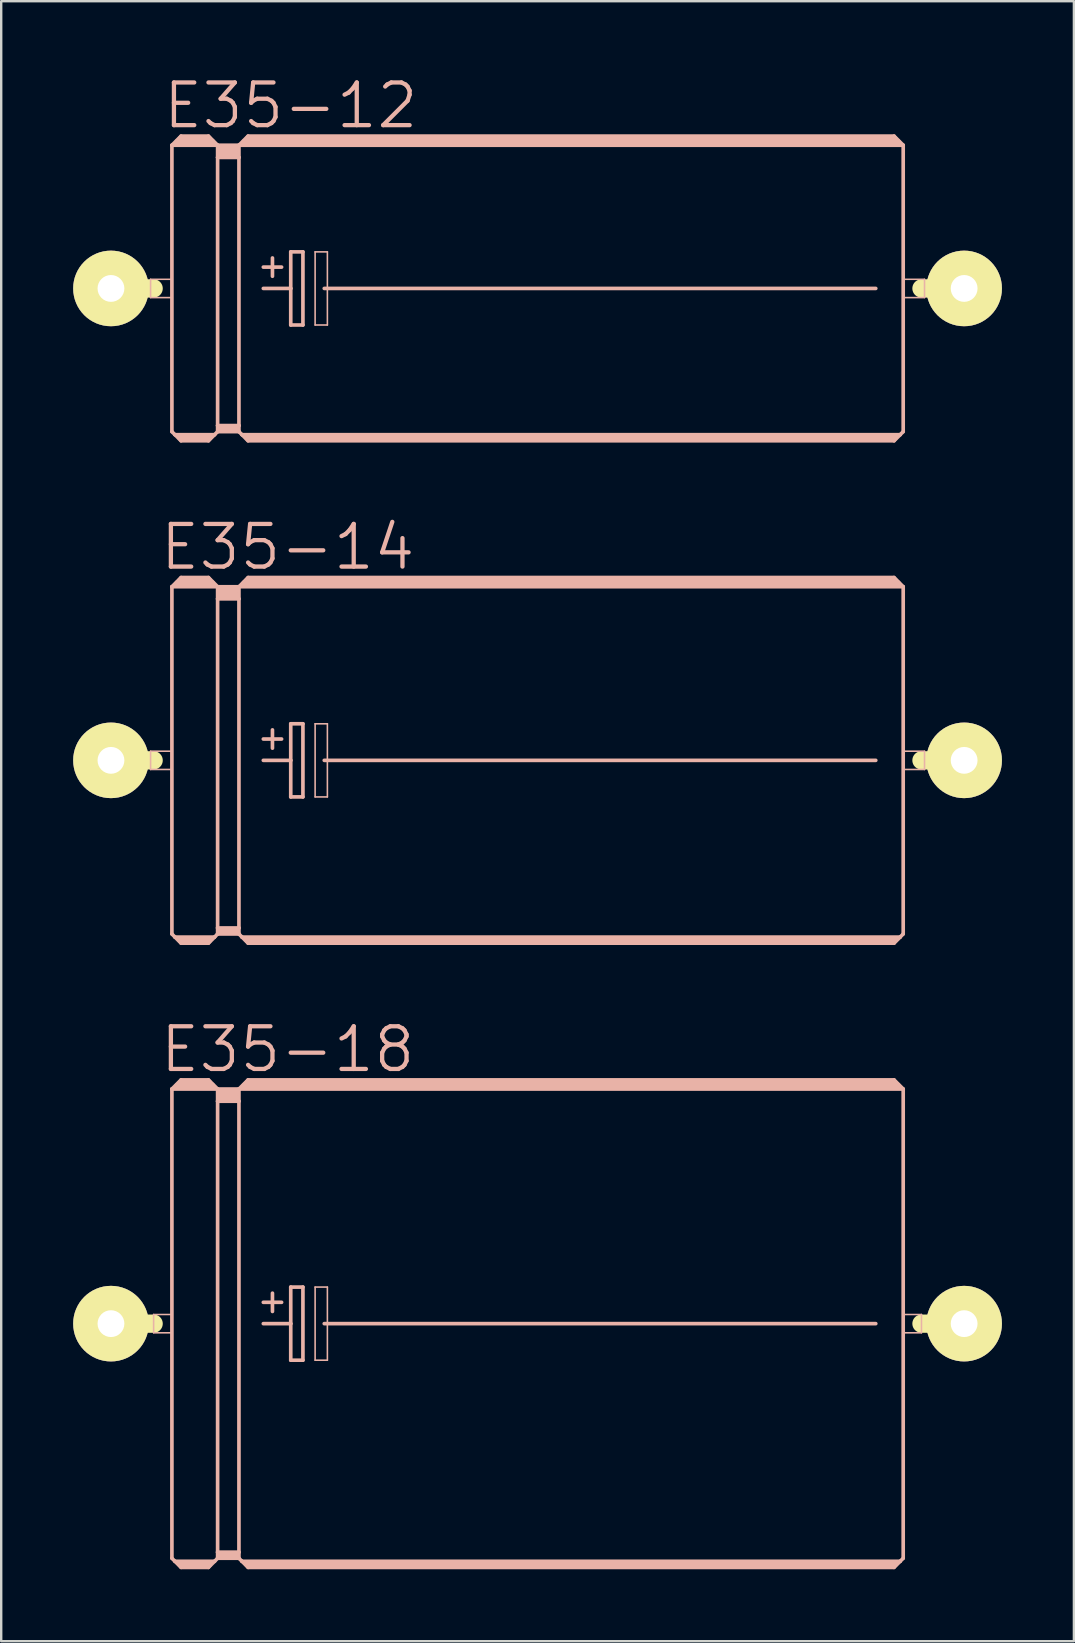
<source format=kicad_pcb>
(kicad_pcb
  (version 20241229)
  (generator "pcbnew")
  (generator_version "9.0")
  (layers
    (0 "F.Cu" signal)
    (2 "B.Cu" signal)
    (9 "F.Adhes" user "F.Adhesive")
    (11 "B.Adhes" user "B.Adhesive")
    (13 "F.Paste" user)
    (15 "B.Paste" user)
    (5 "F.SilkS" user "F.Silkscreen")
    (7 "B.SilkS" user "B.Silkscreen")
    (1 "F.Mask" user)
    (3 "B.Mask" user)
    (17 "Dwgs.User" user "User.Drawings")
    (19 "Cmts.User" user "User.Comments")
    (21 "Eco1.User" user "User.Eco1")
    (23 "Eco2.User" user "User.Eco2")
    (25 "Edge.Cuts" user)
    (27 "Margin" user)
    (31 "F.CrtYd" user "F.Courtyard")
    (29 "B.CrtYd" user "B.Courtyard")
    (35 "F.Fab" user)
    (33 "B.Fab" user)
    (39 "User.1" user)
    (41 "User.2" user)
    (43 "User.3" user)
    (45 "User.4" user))
  (footprint "E35-14"
    (layer "F.Cu")
    (at 19.355 28.641)
    (property "Reference" "E35-14" (at -10.414 -8.89 0) (layer "B.SilkS") (effects (font (size 1.778 1.778) (thickness 0.178))))
    (attr exclude_from_pos_files exclude_from_bom)
    (fp_line (start -17.78 0) (end -16.002 0) (stroke (width 0.762) (type solid)) (layer "F.SilkS"))
    (fp_line (start 17.78 0) (end 16.002 0) (stroke (width 0.762) (type solid)) (layer "F.SilkS"))
    (fp_line (start -16.129 -0.381) (end -15.24 -0.381) (stroke (width 0.066) (type solid)) (layer "B.SilkS"))
    (fp_line (start -16.129 0.381) (end -16.129 -0.381) (stroke (width 0.066) (type solid)) (layer "B.SilkS"))
    (fp_line (start -16.129 0.381) (end -15.24 0.381) (stroke (width 0.066) (type solid)) (layer "B.SilkS"))
    (fp_line (start -15.24 -7.236) (end -15.24 7.236) (stroke (width 0.152) (type solid)) (layer "B.SilkS"))
    (fp_line (start -15.24 -7.236) (end -14.859 -7.62) (stroke (width 0.152) (type solid)) (layer "B.SilkS"))
    (fp_line (start -15.24 -7.236) (end -13.335 -7.236) (stroke (width 0.152) (type solid)) (layer "B.SilkS"))
    (fp_line (start -15.24 0.381) (end -15.24 -0.381) (stroke (width 0.066) (type solid)) (layer "B.SilkS"))
    (fp_line (start -15.24 7.236) (end -15.113 7.366) (stroke (width 0.152) (type solid)) (layer "B.SilkS"))
    (fp_line (start -15.113 7.366) (end -14.859 7.62) (stroke (width 0.152) (type solid)) (layer "B.SilkS"))
    (fp_line (start -15.113 7.366) (end -13.462 7.366) (stroke (width 0.152) (type solid)) (layer "B.SilkS"))
    (fp_line (start -14.986 -7.366) (end -13.589 -7.366) (stroke (width 0.305) (type solid)) (layer "B.SilkS"))
    (fp_line (start -14.859 -7.62) (end -13.716 -7.62) (stroke (width 0.152) (type solid)) (layer "B.SilkS"))
    (fp_line (start -14.859 -7.493) (end -13.716 -7.493) (stroke (width 0.305) (type solid)) (layer "B.SilkS"))
    (fp_line (start -14.859 7.493) (end -13.716 7.493) (stroke (width 0.305) (type solid)) (layer "B.SilkS"))
    (fp_line (start -14.859 7.62) (end -13.716 7.62) (stroke (width 0.152) (type solid)) (layer "B.SilkS"))
    (fp_line (start -13.462 7.366) (end -13.716 7.62) (stroke (width 0.152) (type solid)) (layer "B.SilkS"))
    (fp_line (start -13.335 -7.236) (end -13.716 -7.62) (stroke (width 0.152) (type solid)) (layer "B.SilkS"))
    (fp_line (start -13.335 -7.236) (end -13.335 -6.731) (stroke (width 0.152) (type solid)) (layer "B.SilkS"))
    (fp_line (start -13.335 -7.236) (end -12.446 -7.236) (stroke (width 0.152) (type solid)) (layer "B.SilkS"))
    (fp_line (start -13.335 -6.731) (end -13.335 6.985) (stroke (width 0.152) (type solid)) (layer "B.SilkS"))
    (fp_line (start -13.335 -6.731) (end -12.446 -6.731) (stroke (width 0.152) (type solid)) (layer "B.SilkS"))
    (fp_line (start -13.335 6.985) (end -13.335 7.236) (stroke (width 0.152) (type solid)) (layer "B.SilkS"))
    (fp_line (start -13.335 6.985) (end -12.446 6.985) (stroke (width 0.152) (type solid)) (layer "B.SilkS"))
    (fp_line (start -13.335 7.236) (end -13.462 7.366) (stroke (width 0.152) (type solid)) (layer "B.SilkS"))
    (fp_line (start -13.335 7.236) (end -12.446 7.236) (stroke (width 0.152) (type solid)) (layer "B.SilkS"))
    (fp_line (start -13.208 -7.112) (end -12.573 -7.112) (stroke (width 0.305) (type solid)) (layer "B.SilkS"))
    (fp_line (start -13.208 -6.858) (end -12.573 -6.858) (stroke (width 0.305) (type solid)) (layer "B.SilkS"))
    (fp_line (start -13.208 7.112) (end -12.573 7.112) (stroke (width 0.305) (type solid)) (layer "B.SilkS"))
    (fp_line (start -12.446 -7.236) (end -12.446 -6.731) (stroke (width 0.152) (type solid)) (layer "B.SilkS"))
    (fp_line (start -12.446 -7.236) (end -12.065 -7.62) (stroke (width 0.152) (type solid)) (layer "B.SilkS"))
    (fp_line (start -12.446 -7.236) (end 15.24 -7.236) (stroke (width 0.152) (type solid)) (layer "B.SilkS"))
    (fp_line (start -12.446 -6.731) (end -12.446 6.985) (stroke (width 0.152) (type solid)) (layer "B.SilkS"))
    (fp_line (start -12.446 6.985) (end -12.446 7.236) (stroke (width 0.152) (type solid)) (layer "B.SilkS"))
    (fp_line (start -12.319 7.366) (end -12.446 7.236) (stroke (width 0.152) (type solid)) (layer "B.SilkS"))
    (fp_line (start -12.319 7.366) (end 15.113 7.366) (stroke (width 0.152) (type solid)) (layer "B.SilkS"))
    (fp_line (start -12.192 -7.366) (end 14.986 -7.366) (stroke (width 0.305) (type solid)) (layer "B.SilkS"))
    (fp_line (start -12.065 -7.493) (end 14.859 -7.493) (stroke (width 0.305) (type solid)) (layer "B.SilkS"))
    (fp_line (start -12.065 7.493) (end 14.859 7.493) (stroke (width 0.305) (type solid)) (layer "B.SilkS"))
    (fp_line (start -12.065 7.62) (end -12.319 7.366) (stroke (width 0.152) (type solid)) (layer "B.SilkS"))
    (fp_line (start -11.43 -0.889) (end -10.668 -0.889) (stroke (width 0.152) (type solid)) (layer "B.SilkS"))
    (fp_line (start -11.43 0) (end -10.287 0) (stroke (width 0.152) (type solid)) (layer "B.SilkS"))
    (fp_line (start -11.049 -1.27) (end -11.049 -0.508) (stroke (width 0.152) (type solid)) (layer "B.SilkS"))
    (fp_line (start -10.287 -1.524) (end -10.287 0) (stroke (width 0.152) (type solid)) (layer "B.SilkS"))
    (fp_line (start -10.287 0) (end -10.287 1.524) (stroke (width 0.152) (type solid)) (layer "B.SilkS"))
    (fp_line (start -10.287 1.524) (end -9.779 1.524) (stroke (width 0.152) (type solid)) (layer "B.SilkS"))
    (fp_line (start -9.779 -1.524) (end -10.287 -1.524) (stroke (width 0.152) (type solid)) (layer "B.SilkS"))
    (fp_line (start -9.779 1.524) (end -9.779 -1.524) (stroke (width 0.152) (type solid)) (layer "B.SilkS"))
    (fp_line (start -9.271 -1.524) (end -8.76 -1.524) (stroke (width 0.066) (type solid)) (layer "B.SilkS"))
    (fp_line (start -9.271 1.524) (end -9.271 -1.524) (stroke (width 0.066) (type solid)) (layer "B.SilkS"))
    (fp_line (start -9.271 1.524) (end -8.76 1.524) (stroke (width 0.066) (type solid)) (layer "B.SilkS"))
    (fp_line (start -8.89 0) (end 14.097 0) (stroke (width 0.152) (type solid)) (layer "B.SilkS"))
    (fp_line (start -8.76 1.524) (end -8.76 -1.524) (stroke (width 0.066) (type solid)) (layer "B.SilkS"))
    (fp_line (start 14.859 -7.62) (end -12.065 -7.62) (stroke (width 0.152) (type solid)) (layer "B.SilkS"))
    (fp_line (start 14.859 7.62) (end -12.065 7.62) (stroke (width 0.152) (type solid)) (layer "B.SilkS"))
    (fp_line (start 15.113 7.366) (end 14.859 7.62) (stroke (width 0.152) (type solid)) (layer "B.SilkS"))
    (fp_line (start 15.24 -7.236) (end 14.859 -7.62) (stroke (width 0.152) (type solid)) (layer "B.SilkS"))
    (fp_line (start 15.24 -7.236) (end 15.24 7.236) (stroke (width 0.152) (type solid)) (layer "B.SilkS"))
    (fp_line (start 15.24 -0.381) (end 16.129 -0.381) (stroke (width 0.066) (type solid)) (layer "B.SilkS"))
    (fp_line (start 15.24 0.381) (end 15.24 -0.381) (stroke (width 0.066) (type solid)) (layer "B.SilkS"))
    (fp_line (start 15.24 0.381) (end 16.129 0.381) (stroke (width 0.066) (type solid)) (layer "B.SilkS"))
    (fp_line (start 15.24 7.236) (end 15.113 7.366) (stroke (width 0.152) (type solid)) (layer "B.SilkS"))
    (fp_line (start 16.129 0.381) (end 16.129 -0.381) (stroke (width 0.066) (type solid)) (layer "B.SilkS"))
    (pad "+" thru_hole circle (at -17.78 0) (size 3.15 3.15) (drill 1.118) (layers "*.Cu" "F.Mask" "F.SilkS" "F.Paste"))
    (pad "-" thru_hole circle (at 17.78 0) (size 3.15 3.15) (drill 1.118) (layers "*.Cu" "F.Mask" "F.SilkS" "F.Paste")))
  (footprint "E35-18"
    (layer "F.Cu")
    (at 19.355 52.119)
    (property "Reference" "E35-18" (at -10.414 -11.43 0) (layer "B.SilkS") (effects (font (size 1.778 1.778) (thickness 0.178))))
    (attr exclude_from_pos_files exclude_from_bom)
    (fp_line (start -17.78 0) (end -16.002 0) (stroke (width 0.762) (type solid)) (layer "F.SilkS"))
    (fp_line (start 17.78 0) (end 16.002 0) (stroke (width 0.762) (type solid)) (layer "F.SilkS"))
    (fp_line (start -16.002 -0.381) (end -15.24 -0.381) (stroke (width 0.066) (type solid)) (layer "B.SilkS"))
    (fp_line (start -16.002 0.381) (end -16.002 -0.381) (stroke (width 0.066) (type solid)) (layer "B.SilkS"))
    (fp_line (start -16.002 0.381) (end -15.24 0.381) (stroke (width 0.066) (type solid)) (layer "B.SilkS"))
    (fp_line (start -15.24 -9.779) (end -15.24 9.779) (stroke (width 0.152) (type solid)) (layer "B.SilkS"))
    (fp_line (start -15.24 -9.779) (end -14.859 -10.16) (stroke (width 0.152) (type solid)) (layer "B.SilkS"))
    (fp_line (start -15.24 -9.779) (end -13.335 -9.779) (stroke (width 0.152) (type solid)) (layer "B.SilkS"))
    (fp_line (start -15.24 0.381) (end -15.24 -0.381) (stroke (width 0.066) (type solid)) (layer "B.SilkS"))
    (fp_line (start -15.24 9.779) (end -15.113 9.906) (stroke (width 0.152) (type solid)) (layer "B.SilkS"))
    (fp_line (start -15.113 9.906) (end -14.859 10.16) (stroke (width 0.152) (type solid)) (layer "B.SilkS"))
    (fp_line (start -15.113 9.906) (end -13.462 9.906) (stroke (width 0.152) (type solid)) (layer "B.SilkS"))
    (fp_line (start -14.986 -9.906) (end -13.589 -9.906) (stroke (width 0.305) (type solid)) (layer "B.SilkS"))
    (fp_line (start -14.859 -10.16) (end -13.716 -10.16) (stroke (width 0.152) (type solid)) (layer "B.SilkS"))
    (fp_line (start -14.859 -10.033) (end -13.716 -10.033) (stroke (width 0.305) (type solid)) (layer "B.SilkS"))
    (fp_line (start -14.859 10.033) (end -13.716 10.033) (stroke (width 0.305) (type solid)) (layer "B.SilkS"))
    (fp_line (start -14.859 10.16) (end -13.716 10.16) (stroke (width 0.152) (type solid)) (layer "B.SilkS"))
    (fp_line (start -13.462 9.906) (end -13.716 10.16) (stroke (width 0.152) (type solid)) (layer "B.SilkS"))
    (fp_line (start -13.335 -9.779) (end -13.716 -10.16) (stroke (width 0.152) (type solid)) (layer "B.SilkS"))
    (fp_line (start -13.335 -9.779) (end -13.335 -9.271) (stroke (width 0.152) (type solid)) (layer "B.SilkS"))
    (fp_line (start -13.335 -9.779) (end -12.446 -9.779) (stroke (width 0.152) (type solid)) (layer "B.SilkS"))
    (fp_line (start -13.335 -9.271) (end -13.335 9.525) (stroke (width 0.152) (type solid)) (layer "B.SilkS"))
    (fp_line (start -13.335 -9.271) (end -12.446 -9.271) (stroke (width 0.152) (type solid)) (layer "B.SilkS"))
    (fp_line (start -13.335 9.525) (end -13.335 9.779) (stroke (width 0.152) (type solid)) (layer "B.SilkS"))
    (fp_line (start -13.335 9.525) (end -12.446 9.525) (stroke (width 0.152) (type solid)) (layer "B.SilkS"))
    (fp_line (start -13.335 9.779) (end -13.462 9.906) (stroke (width 0.152) (type solid)) (layer "B.SilkS"))
    (fp_line (start -13.335 9.779) (end -12.446 9.779) (stroke (width 0.152) (type solid)) (layer "B.SilkS"))
    (fp_line (start -13.208 -9.652) (end -12.573 -9.652) (stroke (width 0.305) (type solid)) (layer "B.SilkS"))
    (fp_line (start -13.208 -9.398) (end -12.573 -9.398) (stroke (width 0.305) (type solid)) (layer "B.SilkS"))
    (fp_line (start -13.208 9.652) (end -12.573 9.652) (stroke (width 0.305) (type solid)) (layer "B.SilkS"))
    (fp_line (start -12.446 -9.779) (end -12.446 -9.271) (stroke (width 0.152) (type solid)) (layer "B.SilkS"))
    (fp_line (start -12.446 -9.779) (end -12.065 -10.16) (stroke (width 0.152) (type solid)) (layer "B.SilkS"))
    (fp_line (start -12.446 -9.779) (end 15.24 -9.779) (stroke (width 0.152) (type solid)) (layer "B.SilkS"))
    (fp_line (start -12.446 -9.271) (end -12.446 9.525) (stroke (width 0.152) (type solid)) (layer "B.SilkS"))
    (fp_line (start -12.446 9.525) (end -12.446 9.779) (stroke (width 0.152) (type solid)) (layer "B.SilkS"))
    (fp_line (start -12.319 9.906) (end -12.446 9.779) (stroke (width 0.152) (type solid)) (layer "B.SilkS"))
    (fp_line (start -12.319 9.906) (end 15.113 9.906) (stroke (width 0.152) (type solid)) (layer "B.SilkS"))
    (fp_line (start -12.192 -9.906) (end 14.986 -9.906) (stroke (width 0.305) (type solid)) (layer "B.SilkS"))
    (fp_line (start -12.065 -10.033) (end 14.859 -10.033) (stroke (width 0.305) (type solid)) (layer "B.SilkS"))
    (fp_line (start -12.065 10.033) (end 14.859 10.033) (stroke (width 0.305) (type solid)) (layer "B.SilkS"))
    (fp_line (start -12.065 10.16) (end -12.319 9.906) (stroke (width 0.152) (type solid)) (layer "B.SilkS"))
    (fp_line (start -11.43 -0.889) (end -10.668 -0.889) (stroke (width 0.152) (type solid)) (layer "B.SilkS"))
    (fp_line (start -11.43 0) (end -10.287 0) (stroke (width 0.152) (type solid)) (layer "B.SilkS"))
    (fp_line (start -11.049 -1.27) (end -11.049 -0.508) (stroke (width 0.152) (type solid)) (layer "B.SilkS"))
    (fp_line (start -10.287 -1.524) (end -10.287 0) (stroke (width 0.152) (type solid)) (layer "B.SilkS"))
    (fp_line (start -10.287 0) (end -10.287 1.524) (stroke (width 0.152) (type solid)) (layer "B.SilkS"))
    (fp_line (start -10.287 1.524) (end -9.779 1.524) (stroke (width 0.152) (type solid)) (layer "B.SilkS"))
    (fp_line (start -9.779 -1.524) (end -10.287 -1.524) (stroke (width 0.152) (type solid)) (layer "B.SilkS"))
    (fp_line (start -9.779 1.524) (end -9.779 -1.524) (stroke (width 0.152) (type solid)) (layer "B.SilkS"))
    (fp_line (start -9.271 -1.524) (end -8.76 -1.524) (stroke (width 0.066) (type solid)) (layer "B.SilkS"))
    (fp_line (start -9.271 1.524) (end -9.271 -1.524) (stroke (width 0.066) (type solid)) (layer "B.SilkS"))
    (fp_line (start -9.271 1.524) (end -8.76 1.524) (stroke (width 0.066) (type solid)) (layer "B.SilkS"))
    (fp_line (start -8.89 0) (end 14.097 0) (stroke (width 0.152) (type solid)) (layer "B.SilkS"))
    (fp_line (start -8.76 1.524) (end -8.76 -1.524) (stroke (width 0.066) (type solid)) (layer "B.SilkS"))
    (fp_line (start 14.859 -10.16) (end -12.065 -10.16) (stroke (width 0.152) (type solid)) (layer "B.SilkS"))
    (fp_line (start 14.859 10.16) (end -12.065 10.16) (stroke (width 0.152) (type solid)) (layer "B.SilkS"))
    (fp_line (start 15.113 9.906) (end 14.859 10.16) (stroke (width 0.152) (type solid)) (layer "B.SilkS"))
    (fp_line (start 15.24 -9.779) (end 14.859 -10.16) (stroke (width 0.152) (type solid)) (layer "B.SilkS"))
    (fp_line (start 15.24 -9.779) (end 15.24 9.779) (stroke (width 0.152) (type solid)) (layer "B.SilkS"))
    (fp_line (start 15.24 -0.381) (end 16.002 -0.381) (stroke (width 0.066) (type solid)) (layer "B.SilkS"))
    (fp_line (start 15.24 0.381) (end 15.24 -0.381) (stroke (width 0.066) (type solid)) (layer "B.SilkS"))
    (fp_line (start 15.24 0.381) (end 16.002 0.381) (stroke (width 0.066) (type solid)) (layer "B.SilkS"))
    (fp_line (start 15.24 9.779) (end 15.113 9.906) (stroke (width 0.152) (type solid)) (layer "B.SilkS"))
    (fp_line (start 16.002 0.381) (end 16.002 -0.381) (stroke (width 0.066) (type solid)) (layer "B.SilkS"))
    (pad "+" thru_hole circle (at -17.78 0) (size 3.15 3.15) (drill 1.118) (layers "*.Cu" "F.Mask" "F.SilkS" "F.Paste"))
    (pad "-" thru_hole circle (at 17.78 0) (size 3.15 3.15) (drill 1.118) (layers "*.Cu" "F.Mask" "F.SilkS" "F.Paste")))
  (footprint "E35-12"
    (layer "F.Cu")
    (at 19.355 8.972)
    (property "Reference" "E35-12" (at -10.287 -7.62 0) (layer "B.SilkS") (effects (font (size 1.778 1.778) (thickness 0.178))))
    (attr exclude_from_pos_files exclude_from_bom)
    (fp_line (start -17.78 0) (end -16.002 0) (stroke (width 0.762) (type solid)) (layer "F.SilkS"))
    (fp_line (start 17.78 0) (end 16.002 0) (stroke (width 0.762) (type solid)) (layer "F.SilkS"))
    (fp_line (start -16.129 -0.381) (end -15.24 -0.381) (stroke (width 0.066) (type solid)) (layer "B.SilkS"))
    (fp_line (start -16.129 0.381) (end -16.129 -0.381) (stroke (width 0.066) (type solid)) (layer "B.SilkS"))
    (fp_line (start -16.129 0.381) (end -15.24 0.381) (stroke (width 0.066) (type solid)) (layer "B.SilkS"))
    (fp_line (start -15.24 -5.969) (end -15.24 5.969) (stroke (width 0.152) (type solid)) (layer "B.SilkS"))
    (fp_line (start -15.24 -5.969) (end -14.859 -6.35) (stroke (width 0.152) (type solid)) (layer "B.SilkS"))
    (fp_line (start -15.24 -5.969) (end -13.335 -5.969) (stroke (width 0.152) (type solid)) (layer "B.SilkS"))
    (fp_line (start -15.24 0.381) (end -15.24 -0.381) (stroke (width 0.066) (type solid)) (layer "B.SilkS"))
    (fp_line (start -15.24 5.969) (end -15.113 6.096) (stroke (width 0.152) (type solid)) (layer "B.SilkS"))
    (fp_line (start -15.113 6.096) (end -14.859 6.35) (stroke (width 0.152) (type solid)) (layer "B.SilkS"))
    (fp_line (start -15.113 6.096) (end -13.462 6.096) (stroke (width 0.152) (type solid)) (layer "B.SilkS"))
    (fp_line (start -14.986 -6.096) (end -13.589 -6.096) (stroke (width 0.305) (type solid)) (layer "B.SilkS"))
    (fp_line (start -14.859 -6.35) (end -13.716 -6.35) (stroke (width 0.152) (type solid)) (layer "B.SilkS"))
    (fp_line (start -14.859 -6.223) (end -13.716 -6.223) (stroke (width 0.305) (type solid)) (layer "B.SilkS"))
    (fp_line (start -14.859 6.223) (end -13.716 6.223) (stroke (width 0.305) (type solid)) (layer "B.SilkS"))
    (fp_line (start -14.859 6.35) (end -13.716 6.35) (stroke (width 0.152) (type solid)) (layer "B.SilkS"))
    (fp_line (start -13.462 6.096) (end -13.716 6.35) (stroke (width 0.152) (type solid)) (layer "B.SilkS"))
    (fp_line (start -13.335 -5.969) (end -13.716 -6.35) (stroke (width 0.152) (type solid)) (layer "B.SilkS"))
    (fp_line (start -13.335 -5.969) (end -13.335 -5.461) (stroke (width 0.152) (type solid)) (layer "B.SilkS"))
    (fp_line (start -13.335 -5.969) (end -12.446 -5.969) (stroke (width 0.152) (type solid)) (layer "B.SilkS"))
    (fp_line (start -13.335 -5.461) (end -13.335 5.715) (stroke (width 0.152) (type solid)) (layer "B.SilkS"))
    (fp_line (start -13.335 -5.461) (end -12.446 -5.461) (stroke (width 0.152) (type solid)) (layer "B.SilkS"))
    (fp_line (start -13.335 5.715) (end -13.335 5.969) (stroke (width 0.152) (type solid)) (layer "B.SilkS"))
    (fp_line (start -13.335 5.715) (end -12.446 5.715) (stroke (width 0.152) (type solid)) (layer "B.SilkS"))
    (fp_line (start -13.335 5.969) (end -13.462 6.096) (stroke (width 0.152) (type solid)) (layer "B.SilkS"))
    (fp_line (start -13.335 5.969) (end -12.446 5.969) (stroke (width 0.152) (type solid)) (layer "B.SilkS"))
    (fp_line (start -13.208 -5.842) (end -12.573 -5.842) (stroke (width 0.305) (type solid)) (layer "B.SilkS"))
    (fp_line (start -13.208 -5.588) (end -12.573 -5.588) (stroke (width 0.305) (type solid)) (layer "B.SilkS"))
    (fp_line (start -13.208 5.842) (end -12.573 5.842) (stroke (width 0.305) (type solid)) (layer "B.SilkS"))
    (fp_line (start -12.446 -5.969) (end -12.446 -5.461) (stroke (width 0.152) (type solid)) (layer "B.SilkS"))
    (fp_line (start -12.446 -5.969) (end -12.065 -6.35) (stroke (width 0.152) (type solid)) (layer "B.SilkS"))
    (fp_line (start -12.446 -5.969) (end 15.24 -5.969) (stroke (width 0.152) (type solid)) (layer "B.SilkS"))
    (fp_line (start -12.446 -5.461) (end -12.446 5.715) (stroke (width 0.152) (type solid)) (layer "B.SilkS"))
    (fp_line (start -12.446 5.715) (end -12.446 5.969) (stroke (width 0.152) (type solid)) (layer "B.SilkS"))
    (fp_line (start -12.319 6.096) (end -12.446 5.969) (stroke (width 0.152) (type solid)) (layer "B.SilkS"))
    (fp_line (start -12.319 6.096) (end 15.113 6.096) (stroke (width 0.152) (type solid)) (layer "B.SilkS"))
    (fp_line (start -12.192 -6.096) (end 14.986 -6.096) (stroke (width 0.305) (type solid)) (layer "B.SilkS"))
    (fp_line (start -12.065 -6.223) (end 14.859 -6.223) (stroke (width 0.305) (type solid)) (layer "B.SilkS"))
    (fp_line (start -12.065 6.223) (end 14.859 6.223) (stroke (width 0.305) (type solid)) (layer "B.SilkS"))
    (fp_line (start -12.065 6.35) (end -12.319 6.096) (stroke (width 0.152) (type solid)) (layer "B.SilkS"))
    (fp_line (start -11.43 -0.889) (end -10.668 -0.889) (stroke (width 0.152) (type solid)) (layer "B.SilkS"))
    (fp_line (start -11.43 0) (end -10.287 0) (stroke (width 0.152) (type solid)) (layer "B.SilkS"))
    (fp_line (start -11.049 -1.27) (end -11.049 -0.508) (stroke (width 0.152) (type solid)) (layer "B.SilkS"))
    (fp_line (start -10.287 -1.524) (end -10.287 0) (stroke (width 0.152) (type solid)) (layer "B.SilkS"))
    (fp_line (start -10.287 0) (end -10.287 1.524) (stroke (width 0.152) (type solid)) (layer "B.SilkS"))
    (fp_line (start -10.287 1.524) (end -9.779 1.524) (stroke (width 0.152) (type solid)) (layer "B.SilkS"))
    (fp_line (start -9.779 -1.524) (end -10.287 -1.524) (stroke (width 0.152) (type solid)) (layer "B.SilkS"))
    (fp_line (start -9.779 1.524) (end -9.779 -1.524) (stroke (width 0.152) (type solid)) (layer "B.SilkS"))
    (fp_line (start -9.271 -1.524) (end -8.76 -1.524) (stroke (width 0.066) (type solid)) (layer "B.SilkS"))
    (fp_line (start -9.271 1.524) (end -9.271 -1.524) (stroke (width 0.066) (type solid)) (layer "B.SilkS"))
    (fp_line (start -9.271 1.524) (end -8.76 1.524) (stroke (width 0.066) (type solid)) (layer "B.SilkS"))
    (fp_line (start -8.89 0) (end 14.097 0) (stroke (width 0.152) (type solid)) (layer "B.SilkS"))
    (fp_line (start -8.76 1.524) (end -8.76 -1.524) (stroke (width 0.066) (type solid)) (layer "B.SilkS"))
    (fp_line (start 14.859 -6.35) (end -12.065 -6.35) (stroke (width 0.152) (type solid)) (layer "B.SilkS"))
    (fp_line (start 14.859 6.35) (end -12.065 6.35) (stroke (width 0.152) (type solid)) (layer "B.SilkS"))
    (fp_line (start 15.113 6.096) (end 14.859 6.35) (stroke (width 0.152) (type solid)) (layer "B.SilkS"))
    (fp_line (start 15.24 -5.969) (end 14.859 -6.35) (stroke (width 0.152) (type solid)) (layer "B.SilkS"))
    (fp_line (start 15.24 -5.969) (end 15.24 5.969) (stroke (width 0.152) (type solid)) (layer "B.SilkS"))
    (fp_line (start 15.24 -0.381) (end 16.129 -0.381) (stroke (width 0.066) (type solid)) (layer "B.SilkS"))
    (fp_line (start 15.24 0.381) (end 15.24 -0.381) (stroke (width 0.066) (type solid)) (layer "B.SilkS"))
    (fp_line (start 15.24 0.381) (end 16.129 0.381) (stroke (width 0.066) (type solid)) (layer "B.SilkS"))
    (fp_line (start 15.24 5.969) (end 15.113 6.096) (stroke (width 0.152) (type solid)) (layer "B.SilkS"))
    (fp_line (start 16.129 0.381) (end 16.129 -0.381) (stroke (width 0.066) (type solid)) (layer "B.SilkS"))
    (pad "+" thru_hole circle (at -17.78 0) (size 3.15 3.15) (drill 1.118) (layers "*.Cu" "F.Mask" "F.SilkS" "F.Paste"))
    (pad "-" thru_hole circle (at 17.78 0) (size 3.15 3.15) (drill 1.118) (layers "*.Cu" "F.Mask" "F.SilkS" "F.Paste")))
  (gr_rect
    (start -3 -3)
    (end 41.71 65.355)
    (stroke (width 0.1) (type default))
    (fill no)
    (layer "Edge.Cuts")))
</source>
